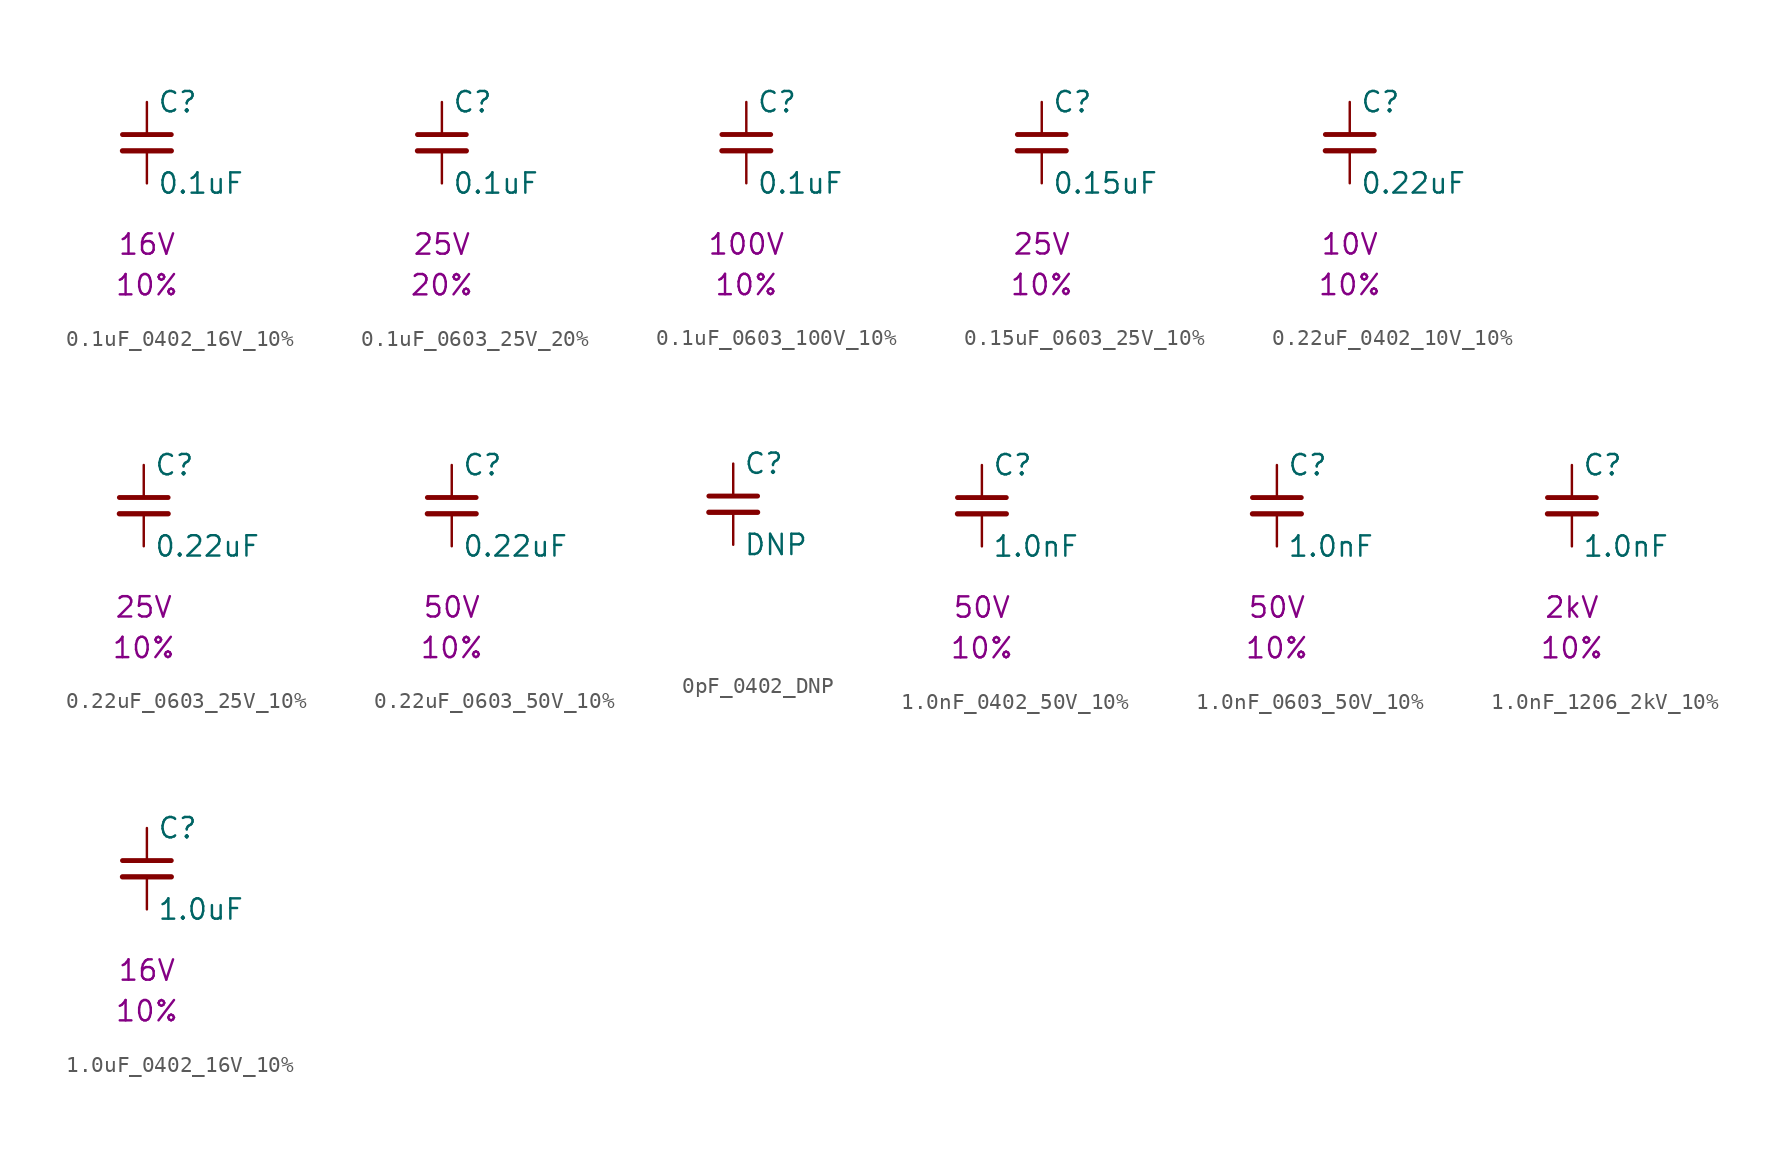
<source format=kicad_sym>
(kicad_symbol_lib
  (version 20241209)
  (generator "kicad_symbol_editor")
  (generator_version "9.0")
  (symbol "0.1uF_0402_16V_10%"
    (pin_numbers
      (hide yes))
    (pin_names
      (offset 0.254))
    (property "Reference" "C"
      (at 0.635 2.54 0)
      (effects (font (size 1.27 1.27)) (justify left)))
    (property "Value" "0.1uF"
      (at 0.635 -2.54 0)
      (effects (font (size 1.27 1.27)) (justify left)))
    (property "Voltage" "16V"
      (at 0 -6.35 0)
      (effects (font (size 1.27 1.27))))
    (property "Tolerance" "10%"
      (at 0 -8.89 0)
      (effects (font (size 1.27 1.27))))
    (symbol "0.1uF_0402_16V_10%_0_1"
      (polyline (pts (xy -1.524 0.508) (xy 1.524 0.508)) (stroke (width 0.305) (type default)) (fill (type none)))
      (polyline (pts (xy -1.524 -0.508) (xy 1.524 -0.508)) (stroke (width 0.33) (type default)) (fill (type none))))
    (symbol "0.1uF_0402_16V_10%_1_1"
      (pin passive line (at 0 2.54 270) (length 2.032) (name "~" (effects (font (size 1.27 1.27)))) (number "1" (effects (font (size 1.27 1.27)))))
      (pin passive line (at 0 -2.54 90) (length 2.032) (name "~" (effects (font (size 1.27 1.27)))) (number "2" (effects (font (size 1.27 1.27)))))))
  (symbol "0.1uF_0603_25V_20%"
    (pin_numbers
      (hide yes))
    (pin_names
      (offset 0.254))
    (property "Reference" "C"
      (at 0.635 2.54 0)
      (effects (font (size 1.27 1.27)) (justify left)))
    (property "Value" "0.1uF"
      (at 0.635 -2.54 0)
      (effects (font (size 1.27 1.27)) (justify left)))
    (property "Voltage" "25V"
      (at 0 -6.35 0)
      (effects (font (size 1.27 1.27))))
    (property "Tolerance" "20%"
      (at 0 -8.89 0)
      (effects (font (size 1.27 1.27))))
    (symbol "0.1uF_0603_25V_20%_0_1"
      (polyline (pts (xy -1.524 0.508) (xy 1.524 0.508)) (stroke (width 0.305) (type default)) (fill (type none)))
      (polyline (pts (xy -1.524 -0.508) (xy 1.524 -0.508)) (stroke (width 0.33) (type default)) (fill (type none))))
    (symbol "0.1uF_0603_25V_20%_1_1"
      (pin passive line (at 0 2.54 270) (length 2.032) (name "~" (effects (font (size 1.27 1.27)))) (number "1" (effects (font (size 1.27 1.27)))))
      (pin passive line (at 0 -2.54 90) (length 2.032) (name "~" (effects (font (size 1.27 1.27)))) (number "2" (effects (font (size 1.27 1.27)))))))
  (symbol "0.1uF_0603_100V_10%"
    (pin_numbers
      (hide yes))
    (pin_names
      (offset 0.254))
    (property "Reference" "C"
      (at 0.635 2.54 0)
      (effects (font (size 1.27 1.27)) (justify left)))
    (property "Value" "0.1uF"
      (at 0.635 -2.54 0)
      (effects (font (size 1.27 1.27)) (justify left)))
    (property "Voltage" "100V"
      (at 0 -6.35 0)
      (effects (font (size 1.27 1.27))))
    (property "Tolerance" "10%"
      (at 0 -8.89 0)
      (effects (font (size 1.27 1.27))))
    (symbol "0.1uF_0603_100V_10%_0_1"
      (polyline (pts (xy -1.524 0.508) (xy 1.524 0.508)) (stroke (width 0.305) (type default)) (fill (type none)))
      (polyline (pts (xy -1.524 -0.508) (xy 1.524 -0.508)) (stroke (width 0.33) (type default)) (fill (type none))))
    (symbol "0.1uF_0603_100V_10%_1_1"
      (pin passive line (at 0 2.54 270) (length 2.032) (name "~" (effects (font (size 1.27 1.27)))) (number "1" (effects (font (size 1.27 1.27)))))
      (pin passive line (at 0 -2.54 90) (length 2.032) (name "~" (effects (font (size 1.27 1.27)))) (number "2" (effects (font (size 1.27 1.27)))))))
  (symbol "0.15uF_0603_25V_10%"
    (pin_numbers
      (hide yes))
    (pin_names
      (offset 0.254))
    (property "Reference" "C"
      (at 0.635 2.54 0)
      (effects (font (size 1.27 1.27)) (justify left)))
    (property "Value" "0.15uF"
      (at 0.635 -2.54 0)
      (effects (font (size 1.27 1.27)) (justify left)))
    (property "Voltage" "25V"
      (at 0 -6.35 0)
      (effects (font (size 1.27 1.27))))
    (property "Tolerance" "10%"
      (at 0 -8.89 0)
      (effects (font (size 1.27 1.27))))
    (symbol "0.15uF_0603_25V_10%_0_1"
      (polyline (pts (xy -1.524 0.508) (xy 1.524 0.508)) (stroke (width 0.305) (type default)) (fill (type none)))
      (polyline (pts (xy -1.524 -0.508) (xy 1.524 -0.508)) (stroke (width 0.33) (type default)) (fill (type none))))
    (symbol "0.15uF_0603_25V_10%_1_1"
      (pin passive line (at 0 2.54 270) (length 2.032) (name "~" (effects (font (size 1.27 1.27)))) (number "1" (effects (font (size 1.27 1.27)))))
      (pin passive line (at 0 -2.54 90) (length 2.032) (name "~" (effects (font (size 1.27 1.27)))) (number "2" (effects (font (size 1.27 1.27)))))))
  (symbol "0.22uF_0402_10V_10%"
    (pin_numbers
      (hide yes))
    (pin_names
      (offset 0.254))
    (property "Reference" "C"
      (at 0.635 2.54 0)
      (effects (font (size 1.27 1.27)) (justify left)))
    (property "Value" "0.22uF"
      (at 0.635 -2.54 0)
      (effects (font (size 1.27 1.27)) (justify left)))
    (property "Voltage" "10V"
      (at 0 -6.35 0)
      (effects (font (size 1.27 1.27))))
    (property "Tolerance" "10%"
      (at 0 -8.89 0)
      (effects (font (size 1.27 1.27))))
    (symbol "0.22uF_0402_10V_10%_0_1"
      (polyline (pts (xy -1.524 0.508) (xy 1.524 0.508)) (stroke (width 0.305) (type default)) (fill (type none)))
      (polyline (pts (xy -1.524 -0.508) (xy 1.524 -0.508)) (stroke (width 0.33) (type default)) (fill (type none))))
    (symbol "0.22uF_0402_10V_10%_1_1"
      (pin passive line (at 0 2.54 270) (length 2.032) (name "~" (effects (font (size 1.27 1.27)))) (number "1" (effects (font (size 1.27 1.27)))))
      (pin passive line (at 0 -2.54 90) (length 2.032) (name "~" (effects (font (size 1.27 1.27)))) (number "2" (effects (font (size 1.27 1.27)))))))
  (symbol "0.22uF_0603_25V_10%"
    (pin_numbers
      (hide yes))
    (pin_names
      (offset 0.254))
    (property "Reference" "C"
      (at 0.635 2.54 0)
      (effects (font (size 1.27 1.27)) (justify left)))
    (property "Value" "0.22uF"
      (at 0.635 -2.54 0)
      (effects (font (size 1.27 1.27)) (justify left)))
    (property "Voltage" "25V"
      (at 0 -6.35 0)
      (effects (font (size 1.27 1.27))))
    (property "Tolerance" "10%"
      (at 0 -8.89 0)
      (effects (font (size 1.27 1.27))))
    (symbol "0.22uF_0603_25V_10%_0_1"
      (polyline (pts (xy -1.524 0.508) (xy 1.524 0.508)) (stroke (width 0.305) (type default)) (fill (type none)))
      (polyline (pts (xy -1.524 -0.508) (xy 1.524 -0.508)) (stroke (width 0.33) (type default)) (fill (type none))))
    (symbol "0.22uF_0603_25V_10%_1_1"
      (pin passive line (at 0 2.54 270) (length 2.032) (name "~" (effects (font (size 1.27 1.27)))) (number "1" (effects (font (size 1.27 1.27)))))
      (pin passive line (at 0 -2.54 90) (length 2.032) (name "~" (effects (font (size 1.27 1.27)))) (number "2" (effects (font (size 1.27 1.27)))))))
  (symbol "0.22uF_0603_50V_10%"
    (pin_numbers
      (hide yes))
    (pin_names
      (offset 0.254))
    (property "Reference" "C"
      (at 0.635 2.54 0)
      (effects (font (size 1.27 1.27)) (justify left)))
    (property "Value" "0.22uF"
      (at 0.635 -2.54 0)
      (effects (font (size 1.27 1.27)) (justify left)))
    (property "Voltage" "50V"
      (at 0 -6.35 0)
      (effects (font (size 1.27 1.27))))
    (property "Tolerance" "10%"
      (at 0 -8.89 0)
      (effects (font (size 1.27 1.27))))
    (symbol "0.22uF_0603_50V_10%_0_1"
      (polyline (pts (xy -1.524 0.508) (xy 1.524 0.508)) (stroke (width 0.305) (type default)) (fill (type none)))
      (polyline (pts (xy -1.524 -0.508) (xy 1.524 -0.508)) (stroke (width 0.33) (type default)) (fill (type none))))
    (symbol "0.22uF_0603_50V_10%_1_1"
      (pin passive line (at 0 2.54 270) (length 2.032) (name "~" (effects (font (size 1.27 1.27)))) (number "1" (effects (font (size 1.27 1.27)))))
      (pin passive line (at 0 -2.54 90) (length 2.032) (name "~" (effects (font (size 1.27 1.27)))) (number "2" (effects (font (size 1.27 1.27)))))))
  (symbol "0pF_0402_DNP"
    (pin_numbers
      (hide yes))
    (pin_names
      (offset 0.254))
    (property "Reference" "C"
      (at 0.635 2.54 0)
      (effects (font (size 1.27 1.27)) (justify left)))
    (property "Value" "DNP"
      (at 0.635 -2.54 0)
      (effects (font (size 1.27 1.27)) (justify left)))
    (property "Voltage" ""
      (at 0 -6.35 0)
      (effects (font (size 1.27 1.27))))
    (property "Tolerance" ""
      (at 0 -8.89 0)
      (effects (font (size 1.27 1.27))))
    (symbol "0pF_0402_DNP_0_1"
      (polyline (pts (xy -1.524 0.508) (xy 1.524 0.508)) (stroke (width 0.305) (type default)) (fill (type none)))
      (polyline (pts (xy -1.524 -0.508) (xy 1.524 -0.508)) (stroke (width 0.33) (type default)) (fill (type none))))
    (symbol "0pF_0402_DNP_1_1"
      (pin passive line (at 0 2.54 270) (length 2.032) (name "~" (effects (font (size 1.27 1.27)))) (number "1" (effects (font (size 1.27 1.27)))))
      (pin passive line (at 0 -2.54 90) (length 2.032) (name "~" (effects (font (size 1.27 1.27)))) (number "2" (effects (font (size 1.27 1.27)))))))
  (symbol "1.0nF_0402_50V_10%"
    (pin_numbers
      (hide yes))
    (pin_names
      (offset 0.254))
    (property "Reference" "C"
      (at 0.635 2.54 0)
      (effects (font (size 1.27 1.27)) (justify left)))
    (property "Value" "1.0nF"
      (at 0.635 -2.54 0)
      (effects (font (size 1.27 1.27)) (justify left)))
    (property "Voltage" "50V"
      (at 0 -6.35 0)
      (effects (font (size 1.27 1.27))))
    (property "Tolerance" "10%"
      (at 0 -8.89 0)
      (effects (font (size 1.27 1.27))))
    (symbol "1.0nF_0402_50V_10%_0_1"
      (polyline (pts (xy -1.524 0.508) (xy 1.524 0.508)) (stroke (width 0.305) (type default)) (fill (type none)))
      (polyline (pts (xy -1.524 -0.508) (xy 1.524 -0.508)) (stroke (width 0.33) (type default)) (fill (type none))))
    (symbol "1.0nF_0402_50V_10%_1_1"
      (pin passive line (at 0 2.54 270) (length 2.032) (name "~" (effects (font (size 1.27 1.27)))) (number "1" (effects (font (size 1.27 1.27)))))
      (pin passive line (at 0 -2.54 90) (length 2.032) (name "~" (effects (font (size 1.27 1.27)))) (number "2" (effects (font (size 1.27 1.27)))))))
  (symbol "1.0nF_0603_50V_10%"
    (pin_numbers
      (hide yes))
    (pin_names
      (offset 0.254))
    (property "Reference" "C"
      (at 0.635 2.54 0)
      (effects (font (size 1.27 1.27)) (justify left)))
    (property "Value" "1.0nF"
      (at 0.635 -2.54 0)
      (effects (font (size 1.27 1.27)) (justify left)))
    (property "Voltage" "50V"
      (at 0 -6.35 0)
      (effects (font (size 1.27 1.27))))
    (property "Tolerance" "10%"
      (at 0 -8.89 0)
      (effects (font (size 1.27 1.27))))
    (symbol "1.0nF_0603_50V_10%_0_1"
      (polyline (pts (xy -1.524 0.508) (xy 1.524 0.508)) (stroke (width 0.305) (type default)) (fill (type none)))
      (polyline (pts (xy -1.524 -0.508) (xy 1.524 -0.508)) (stroke (width 0.33) (type default)) (fill (type none))))
    (symbol "1.0nF_0603_50V_10%_1_1"
      (pin passive line (at 0 2.54 270) (length 2.032) (name "~" (effects (font (size 1.27 1.27)))) (number "1" (effects (font (size 1.27 1.27)))))
      (pin passive line (at 0 -2.54 90) (length 2.032) (name "~" (effects (font (size 1.27 1.27)))) (number "2" (effects (font (size 1.27 1.27)))))))
  (symbol "1.0nF_1206_2kV_10%"
    (pin_numbers
      (hide yes))
    (pin_names
      (offset 0.254))
    (property "Reference" "C"
      (at 0.635 2.54 0)
      (effects (font (size 1.27 1.27)) (justify left)))
    (property "Value" "1.0nF"
      (at 0.635 -2.54 0)
      (effects (font (size 1.27 1.27)) (justify left)))
    (property "Voltage" "2kV"
      (at 0 -6.35 0)
      (effects (font (size 1.27 1.27))))
    (property "Tolerance" "10%"
      (at 0 -8.89 0)
      (effects (font (size 1.27 1.27))))
    (symbol "1.0nF_1206_2kV_10%_0_1"
      (polyline (pts (xy -1.524 0.508) (xy 1.524 0.508)) (stroke (width 0.305) (type default)) (fill (type none)))
      (polyline (pts (xy -1.524 -0.508) (xy 1.524 -0.508)) (stroke (width 0.33) (type default)) (fill (type none))))
    (symbol "1.0nF_1206_2kV_10%_1_1"
      (pin passive line (at 0 2.54 270) (length 2.032) (name "~" (effects (font (size 1.27 1.27)))) (number "1" (effects (font (size 1.27 1.27)))))
      (pin passive line (at 0 -2.54 90) (length 2.032) (name "~" (effects (font (size 1.27 1.27)))) (number "2" (effects (font (size 1.27 1.27)))))))
  (symbol "1.0uF_0402_16V_10%"
    (pin_numbers
      (hide yes))
    (pin_names
      (offset 0.254))
    (property "Reference" "C"
      (at 0.635 2.54 0)
      (effects (font (size 1.27 1.27)) (justify left)))
    (property "Value" "1.0uF"
      (at 0.635 -2.54 0)
      (effects (font (size 1.27 1.27)) (justify left)))
    (property "Voltage" "16V"
      (at 0 -6.35 0)
      (effects (font (size 1.27 1.27))))
    (property "Tolerance" "10%"
      (at 0 -8.89 0)
      (effects (font (size 1.27 1.27))))
    (symbol "1.0uF_0402_16V_10%_0_1"
      (polyline (pts (xy -1.524 0.508) (xy 1.524 0.508)) (stroke (width 0.305) (type default)) (fill (type none)))
      (polyline (pts (xy -1.524 -0.508) (xy 1.524 -0.508)) (stroke (width 0.33) (type default)) (fill (type none))))
    (symbol "1.0uF_0402_16V_10%_1_1"
      (pin passive line (at 0 2.54 270) (length 2.032) (name "~" (effects (font (size 1.27 1.27)))) (number "1" (effects (font (size 1.27 1.27)))))
      (pin passive line (at 0 -2.54 90) (length 2.032) (name "~" (effects (font (size 1.27 1.27)))) (number "2" (effects (font (size 1.27 1.27))))))))
</source>
